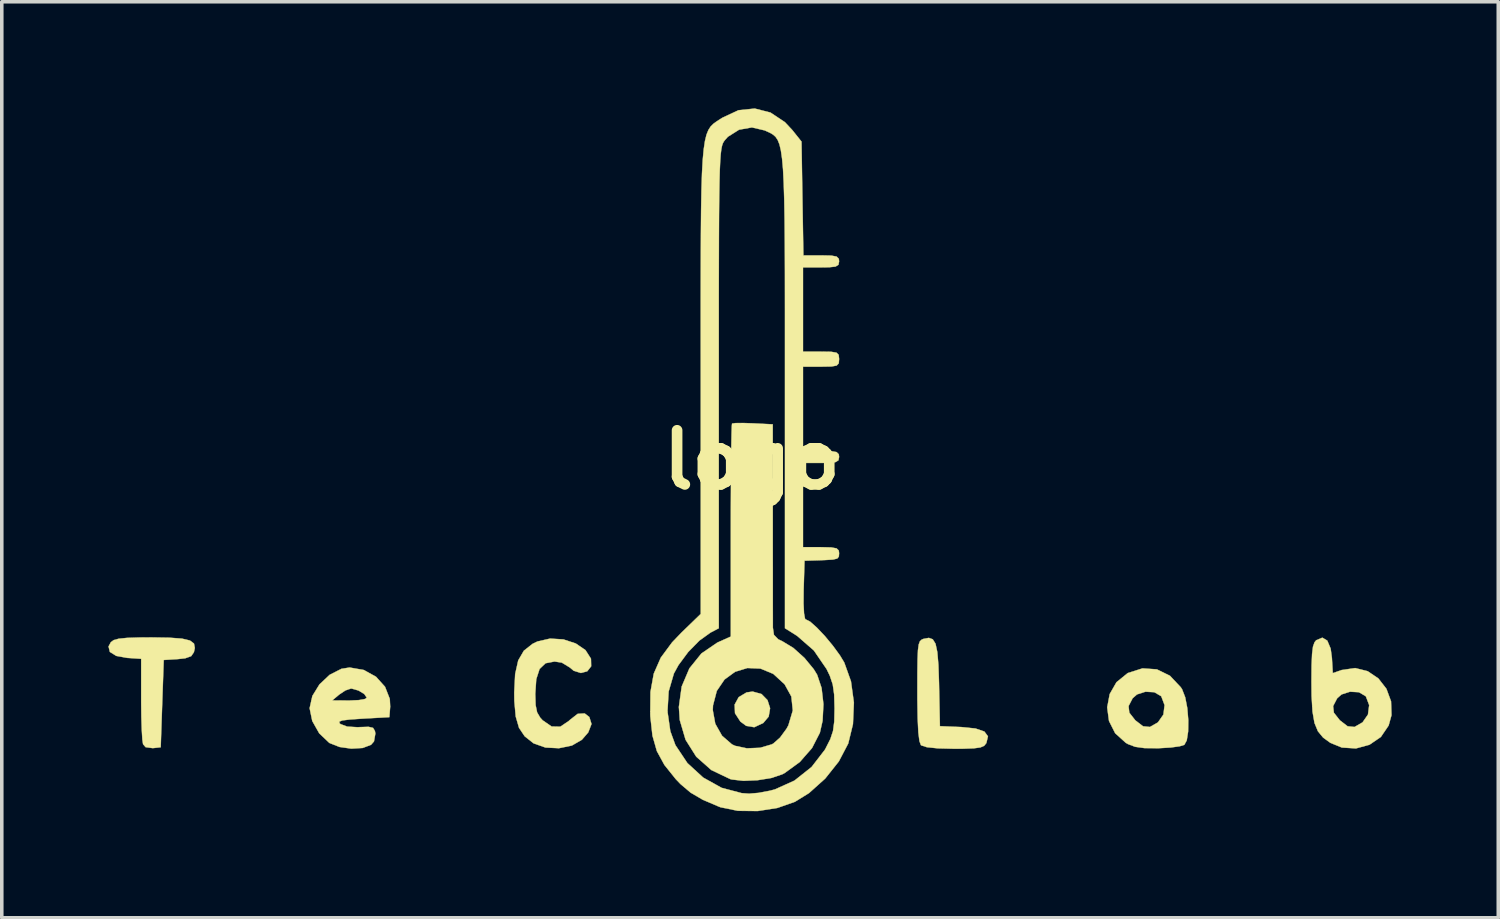
<source format=kicad_pcb>
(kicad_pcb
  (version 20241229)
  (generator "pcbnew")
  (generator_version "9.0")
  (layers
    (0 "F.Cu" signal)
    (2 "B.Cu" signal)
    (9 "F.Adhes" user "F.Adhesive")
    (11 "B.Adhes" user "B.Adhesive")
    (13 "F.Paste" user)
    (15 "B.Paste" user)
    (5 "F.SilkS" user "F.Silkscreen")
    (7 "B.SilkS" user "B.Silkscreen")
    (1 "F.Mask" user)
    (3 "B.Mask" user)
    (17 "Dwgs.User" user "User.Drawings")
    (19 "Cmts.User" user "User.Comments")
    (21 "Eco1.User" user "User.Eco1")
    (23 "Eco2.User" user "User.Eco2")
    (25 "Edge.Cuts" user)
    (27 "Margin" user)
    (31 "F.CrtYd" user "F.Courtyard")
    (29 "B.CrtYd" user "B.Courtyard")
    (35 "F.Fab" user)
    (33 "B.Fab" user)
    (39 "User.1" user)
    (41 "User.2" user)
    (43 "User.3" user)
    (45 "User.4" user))
  (footprint "logo"
    (layer "F.Cu")
    (at 18.11 9.894)
    (property "Reference" "logo" (at 0 0 0) (layer "F.SilkS") (effects (font (size 1.524 1.524) (thickness 0.3))))
    (attr through_hole)
    (fp_poly (pts (xy 0.271 6.588) (xy 0.44 6.76) (xy 0.513 6.988) (xy 0.473 7.223) (xy 0.32 7.404) (xy 0.067 7.522) (xy -0.159 7.484) (xy -0.323 7.363) (xy -0.475 7.129) (xy -0.485 6.885) (xy -0.37 6.675) (xy -0.149 6.543) (xy 0.022 6.519) (xy 0.271 6.588)) (stroke (width 0.01) (type solid)) (fill yes) (layer "F.SilkS"))
    (fp_poly (pts (xy -16.39 5.003) (xy -16.038 5.029) (xy -15.815 5.082) (xy -15.701 5.167) (xy -15.677 5.293) (xy -15.703 5.41) (xy -15.779 5.522) (xy -15.946 5.582) (xy -16.154 5.605) (xy -16.552 5.63) (xy -16.595 6.858) (xy -16.637 8.086) (xy -16.859 8.111) (xy -17.063 8.083) (xy -17.134 7.999) (xy -17.154 7.865) (xy -17.17 7.599) (xy -17.182 7.236) (xy -17.187 6.813) (xy -17.187 6.729) (xy -17.187 5.597) (xy -17.581 5.571) (xy -17.888 5.515) (xy -18.068 5.403) (xy -18.105 5.25) (xy -18.04 5.129) (xy -17.961 5.071) (xy -17.82 5.032) (xy -17.587 5.008) (xy -17.235 4.997) (xy -16.891 4.995) (xy -16.39 5.003)) (stroke (width 0.01) (type solid)) (fill yes) (layer "F.SilkS"))
    (fp_poly (pts (xy 5.091 5.048) (xy 5.169 5.174) (xy 5.219 5.408) (xy 5.25 5.77) (xy 5.267 6.278) (xy 5.268 6.337) (xy 5.292 7.493) (xy 5.884 7.517) (xy 6.293 7.558) (xy 6.544 7.644) (xy 6.644 7.779) (xy 6.599 7.968) (xy 6.598 7.97) (xy 6.538 8.044) (xy 6.432 8.091) (xy 6.246 8.116) (xy 5.945 8.127) (xy 5.687 8.128) (xy 5.236 8.117) (xy 4.924 8.084) (xy 4.765 8.032) (xy 4.758 8.026) (xy 4.716 7.914) (xy 4.685 7.667) (xy 4.666 7.277) (xy 4.657 6.731) (xy 4.657 6.508) (xy 4.658 5.988) (xy 4.663 5.612) (xy 4.674 5.355) (xy 4.696 5.194) (xy 4.73 5.102) (xy 4.78 5.056) (xy 4.83 5.036) (xy 4.981 5.008) (xy 5.091 5.048)) (stroke (width 0.01) (type solid)) (fill yes) (layer "F.SilkS"))
    (fp_poly (pts (xy -5.304 5.051) (xy -4.957 5.165) (xy -4.682 5.353) (xy -4.528 5.594) (xy -4.523 5.808) (xy -4.633 5.948) (xy -4.812 5.996) (xy -5.016 5.932) (xy -5.122 5.842) (xy -5.349 5.704) (xy -5.554 5.673) (xy -5.807 5.722) (xy -5.975 5.883) (xy -6.068 6.17) (xy -6.096 6.584) (xy -6.086 6.9) (xy -6.044 7.104) (xy -5.956 7.254) (xy -5.888 7.328) (xy -5.635 7.502) (xy -5.39 7.507) (xy -5.148 7.343) (xy -5.13 7.324) (xy -4.903 7.146) (xy -4.706 7.134) (xy -4.575 7.235) (xy -4.513 7.431) (xy -4.605 7.668) (xy -4.784 7.875) (xy -5.066 8.038) (xy -5.43 8.113) (xy -5.809 8.094) (xy -6.138 7.978) (xy -6.155 7.967) (xy -6.394 7.777) (xy -6.553 7.54) (xy -6.646 7.22) (xy -6.685 6.785) (xy -6.688 6.545) (xy -6.662 6.026) (xy -6.576 5.643) (xy -6.417 5.369) (xy -6.173 5.176) (xy -6.034 5.109) (xy -5.679 5.028) (xy -5.304 5.051)) (stroke (width 0.01) (type solid)) (fill yes) (layer "F.SilkS"))
    (fp_poly (pts (xy 11.398 5.894) (xy 11.766 6.074) (xy 12.071 6.398) (xy 12.108 6.455) (xy 12.195 6.679) (xy 12.254 6.984) (xy 12.282 7.322) (xy 12.278 7.641) (xy 12.239 7.892) (xy 12.171 8.018) (xy 12.039 8.059) (xy 11.788 8.093) (xy 11.471 8.112) (xy 11.43 8.113) (xy 11.051 8.11) (xy 10.786 8.073) (xy 10.581 7.995) (xy 10.524 7.962) (xy 10.225 7.692) (xy 10.051 7.347) (xy 10 6.967) (xy 10.007 6.928) (xy 10.601 6.928) (xy 10.622 7.113) (xy 10.785 7.321) (xy 10.791 7.328) (xy 11.009 7.496) (xy 11.203 7.515) (xy 11.423 7.389) (xy 11.431 7.382) (xy 11.582 7.166) (xy 11.615 6.9) (xy 11.524 6.659) (xy 11.515 6.647) (xy 11.327 6.537) (xy 11.077 6.523) (xy 10.839 6.599) (xy 10.715 6.708) (xy 10.601 6.928) (xy 10.007 6.928) (xy 10.07 6.59) (xy 10.261 6.256) (xy 10.572 6.003) (xy 10.582 5.997) (xy 10.994 5.866) (xy 11.398 5.894)) (stroke (width 0.01) (type solid)) (fill yes) (layer "F.SilkS"))
    (fp_poly (pts (xy 16.194 5.085) (xy 16.289 5.311) (xy 16.324 5.57) (xy 16.349 6) (xy 16.601 5.912) (xy 16.98 5.858) (xy 17.331 5.946) (xy 17.631 6.149) (xy 17.858 6.441) (xy 17.989 6.795) (xy 18.001 7.183) (xy 17.921 7.473) (xy 17.702 7.796) (xy 17.381 8.015) (xy 17.001 8.119) (xy 16.604 8.094) (xy 16.281 7.962) (xy 16.077 7.814) (xy 15.931 7.637) (xy 15.834 7.403) (xy 15.778 7.081) (xy 15.769 6.928) (xy 16.358 6.928) (xy 16.379 7.113) (xy 16.542 7.321) (xy 16.548 7.328) (xy 16.766 7.496) (xy 16.961 7.515) (xy 17.18 7.389) (xy 17.189 7.382) (xy 17.339 7.166) (xy 17.373 6.9) (xy 17.282 6.659) (xy 17.272 6.647) (xy 17.084 6.537) (xy 16.834 6.523) (xy 16.596 6.599) (xy 16.472 6.708) (xy 16.358 6.928) (xy 15.769 6.928) (xy 15.752 6.641) (xy 15.748 6.238) (xy 15.752 5.778) (xy 15.766 5.459) (xy 15.792 5.253) (xy 15.836 5.13) (xy 15.882 5.074) (xy 16.055 5.002) (xy 16.194 5.085)) (stroke (width 0.01) (type solid)) (fill yes) (layer "F.SilkS"))
    (fp_poly (pts (xy -10.921 5.912) (xy -10.578 6.102) (xy -10.324 6.384) (xy -10.19 6.726) (xy -10.179 6.943) (xy -10.202 7.239) (xy -10.957 7.281) (xy -11.313 7.305) (xy -11.523 7.331) (xy -11.612 7.364) (xy -11.602 7.412) (xy -11.577 7.434) (xy -11.393 7.504) (xy -11.1 7.522) (xy -11.034 7.519) (xy -10.787 7.511) (xy -10.661 7.541) (xy -10.609 7.628) (xy -10.596 7.7) (xy -10.635 7.922) (xy -10.718 8.017) (xy -10.953 8.106) (xy -11.272 8.125) (xy -11.604 8.078) (xy -11.881 7.969) (xy -11.896 7.96) (xy -12.176 7.694) (xy -12.372 7.347) (xy -12.446 6.988) (xy -12.446 6.986) (xy -12.397 6.768) (xy -11.811 6.768) (xy -11.324 6.771) (xy -11.063 6.759) (xy -10.886 6.727) (xy -10.837 6.692) (xy -10.908 6.588) (xy -11.072 6.489) (xy -11.258 6.436) (xy -11.288 6.435) (xy -11.438 6.486) (xy -11.611 6.601) (xy -11.811 6.768) (xy -12.397 6.768) (xy -12.369 6.642) (xy -12.168 6.316) (xy -11.883 6.048) (xy -11.552 5.879) (xy -11.321 5.842) (xy -10.921 5.912)) (stroke (width 0.01) (type solid)) (fill yes) (layer "F.SilkS"))
    (fp_poly (pts (xy 0.033 -1.03) (xy 0.588 -1.002) (xy 0.589 1.722) (xy 0.589 2.397) (xy 0.59 3.028) (xy 0.59 3.593) (xy 0.59 4.069) (xy 0.591 4.433) (xy 0.591 4.661) (xy 0.591 4.719) (xy 0.621 4.923) (xy 0.741 5.047) (xy 0.868 5.109) (xy 1.167 5.291) (xy 1.478 5.57) (xy 1.741 5.889) (xy 1.837 6.046) (xy 1.962 6.418) (xy 2.014 6.873) (xy 1.99 7.342) (xy 1.914 7.677) (xy 1.693 8.108) (xy 1.348 8.502) (xy 0.922 8.812) (xy 0.854 8.848) (xy 0.547 8.951) (xy 0.158 9.014) (xy -0.238 9.031) (xy -0.566 8.993) (xy -0.613 8.98) (xy -1.143 8.726) (xy -1.566 8.351) (xy -1.866 7.875) (xy -2.029 7.321) (xy -2.048 7.042) (xy -1.1 7.042) (xy -1.03 7.425) (xy -0.839 7.763) (xy -0.561 8.004) (xy -0.473 8.046) (xy -0.141 8.116) (xy 0.232 8.101) (xy 0.557 8.006) (xy 0.603 7.982) (xy 0.793 7.814) (xy 0.974 7.567) (xy 1.027 7.471) (xy 1.152 7.052) (xy 1.111 6.658) (xy 0.922 6.315) (xy 0.602 6.021) (xy 0.243 5.872) (xy -0.125 5.856) (xy -0.472 5.962) (xy -0.77 6.18) (xy -0.987 6.499) (xy -1.094 6.908) (xy -1.1 7.042) (xy -2.048 7.042) (xy -2.055 6.954) (xy -1.975 6.377) (xy -1.758 5.866) (xy -1.42 5.447) (xy -0.976 5.143) (xy -0.936 5.124) (xy -0.593 4.97) (xy -0.593 1.991) (xy -0.592 1.298) (xy -0.589 0.66) (xy -0.585 0.097) (xy -0.579 -0.373) (xy -0.572 -0.729) (xy -0.565 -0.952) (xy -0.558 -1.023) (xy -0.462 -1.037) (xy -0.245 -1.039) (xy 0.033 -1.03)) (stroke (width 0.01) (type solid)) (fill yes) (layer "F.SilkS"))
    (fp_poly (pts (xy 0.524 -9.776) (xy 0.93 -9.506) (xy 1.137 -9.285) (xy 1.397 -8.959) (xy 1.423 -7.358) (xy 1.45 -5.757) (xy 1.952 -5.757) (xy 2.234 -5.751) (xy 2.386 -5.723) (xy 2.447 -5.661) (xy 2.455 -5.588) (xy 2.437 -5.493) (xy 2.355 -5.442) (xy 2.172 -5.422) (xy 1.947 -5.419) (xy 1.439 -5.419) (xy 1.439 -3.048) (xy 1.947 -3.048) (xy 2.229 -3.044) (xy 2.381 -3.019) (xy 2.443 -2.958) (xy 2.455 -2.844) (xy 2.455 -2.836) (xy 2.445 -2.719) (xy 2.386 -2.656) (xy 2.239 -2.63) (xy 1.965 -2.625) (xy 1.947 -2.625) (xy 1.439 -2.625) (xy 1.439 -0.254) (xy 1.947 -0.254) (xy 2.231 -0.248) (xy 2.384 -0.221) (xy 2.446 -0.16) (xy 2.455 -0.085) (xy 2.437 0.01) (xy 2.355 0.061) (xy 2.172 0.082) (xy 1.947 0.085) (xy 1.439 0.085) (xy 1.439 2.455) (xy 1.947 2.455) (xy 2.231 2.462) (xy 2.384 2.489) (xy 2.446 2.55) (xy 2.455 2.625) (xy 2.448 2.72) (xy 2.403 2.775) (xy 2.283 2.804) (xy 2.05 2.818) (xy 1.863 2.825) (xy 1.482 2.836) (xy 1.457 3.662) (xy 1.454 4.041) (xy 1.468 4.319) (xy 1.496 4.469) (xy 1.514 4.487) (xy 1.64 4.551) (xy 1.83 4.72) (xy 2.055 4.957) (xy 2.281 5.23) (xy 2.479 5.501) (xy 2.601 5.704) (xy 2.789 6.23) (xy 2.871 6.828) (xy 2.845 7.435) (xy 2.712 7.98) (xy 2.448 8.484) (xy 2.064 8.967) (xy 1.608 9.376) (xy 1.213 9.62) (xy 0.719 9.794) (xy 0.163 9.881) (xy -0.392 9.875) (xy -0.881 9.775) (xy -0.931 9.756) (xy -1.383 9.563) (xy -1.724 9.363) (xy -2.01 9.121) (xy -2.141 8.984) (xy -2.462 8.583) (xy -2.674 8.194) (xy -2.798 7.759) (xy -2.857 7.223) (xy -2.86 7.154) (xy -2.859 7.079) (xy -2.375 7.079) (xy -2.295 7.634) (xy -2.152 8.026) (xy -1.815 8.531) (xy -1.37 8.939) (xy -0.851 9.228) (xy -0.288 9.377) (xy -0.079 9.392) (xy 0.186 9.37) (xy 0.509 9.309) (xy 0.649 9.272) (xy 1.199 9.024) (xy 1.68 8.642) (xy 2.053 8.159) (xy 2.076 8.118) (xy 2.208 7.857) (xy 2.284 7.628) (xy 2.319 7.363) (xy 2.327 6.998) (xy 2.327 6.985) (xy 2.316 6.6) (xy 2.276 6.318) (xy 2.193 6.072) (xy 2.102 5.884) (xy 1.746 5.364) (xy 1.276 4.954) (xy 1.164 4.882) (xy 0.931 4.737) (xy 0.931 -1.915) (xy 0.931 -3.175) (xy 0.931 -4.275) (xy 0.93 -5.229) (xy 0.927 -6.047) (xy 0.921 -6.739) (xy 0.911 -7.317) (xy 0.896 -7.792) (xy 0.877 -8.175) (xy 0.85 -8.477) (xy 0.817 -8.708) (xy 0.776 -8.881) (xy 0.726 -9.006) (xy 0.666 -9.094) (xy 0.596 -9.156) (xy 0.515 -9.204) (xy 0.421 -9.247) (xy 0.362 -9.274) (xy 0.002 -9.358) (xy -0.36 -9.294) (xy -0.675 -9.095) (xy -0.757 -9.004) (xy -0.789 -8.961) (xy -0.817 -8.91) (xy -0.84 -8.841) (xy -0.86 -8.742) (xy -0.877 -8.601) (xy -0.891 -8.407) (xy -0.903 -8.15) (xy -0.912 -7.817) (xy -0.919 -7.397) (xy -0.924 -6.879) (xy -0.927 -6.252) (xy -0.929 -5.505) (xy -0.931 -4.626) (xy -0.931 -3.603) (xy -0.931 -2.426) (xy -0.931 -2.023) (xy -0.931 4.737) (xy -1.164 4.859) (xy -1.475 5.082) (xy -1.793 5.406) (xy -2.065 5.773) (xy -2.195 6.011) (xy -2.342 6.516) (xy -2.375 7.079) (xy -2.859 7.079) (xy -2.854 6.53) (xy -2.761 6.015) (xy -2.563 5.564) (xy -2.244 5.133) (xy -1.977 4.855) (xy -1.439 4.334) (xy -1.439 -2.244) (xy -1.44 -3.493) (xy -1.44 -4.584) (xy -1.438 -5.528) (xy -1.435 -6.337) (xy -1.429 -7.021) (xy -1.419 -7.593) (xy -1.404 -8.063) (xy -1.383 -8.443) (xy -1.355 -8.744) (xy -1.32 -8.977) (xy -1.277 -9.154) (xy -1.223 -9.286) (xy -1.16 -9.384) (xy -1.085 -9.459) (xy -0.997 -9.523) (xy -0.897 -9.588) (xy -0.831 -9.63) (xy -0.377 -9.842) (xy 0.081 -9.889) (xy 0.524 -9.776)) (stroke (width 0.01) (type solid)) (fill yes) (layer "F.SilkS")))
  (gr_rect
    (start -3 -3)
    (end 39.116 22.78)
    (stroke (width 0.1) (type default))
    (fill no)
    (layer "Edge.Cuts")))
</source>
